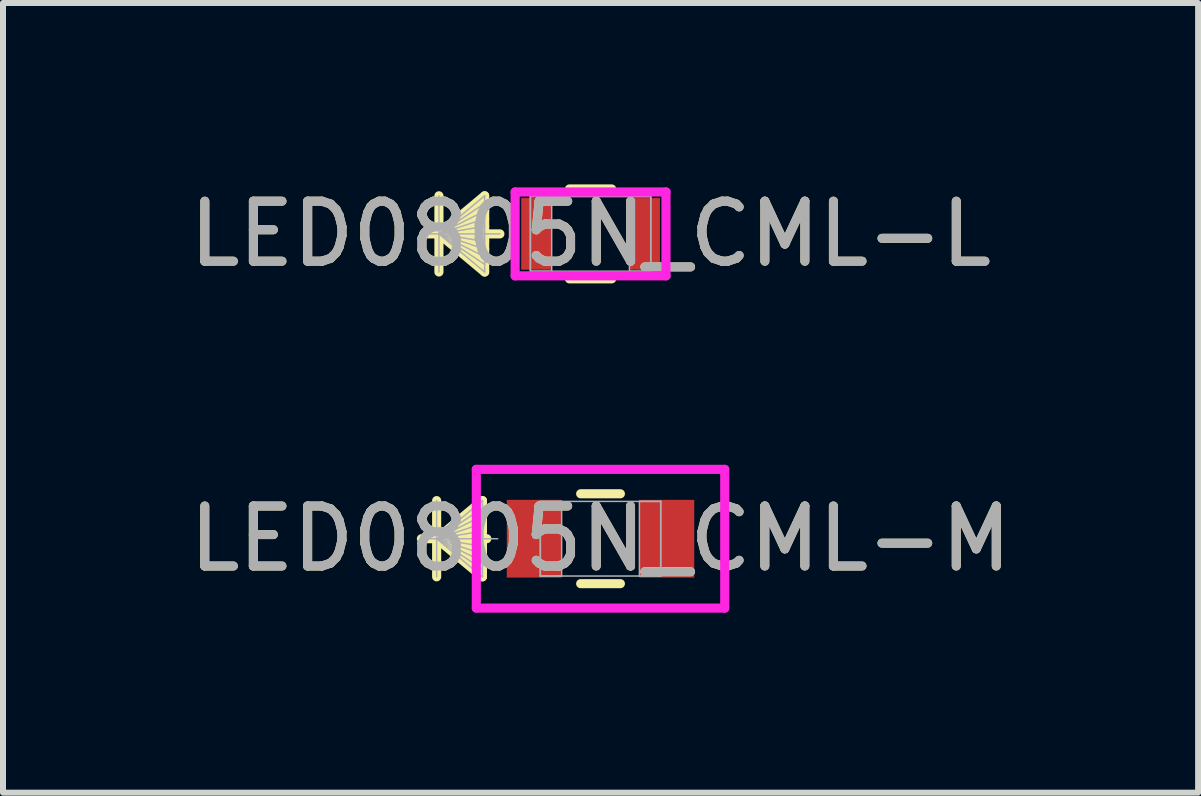
<source format=kicad_pcb>
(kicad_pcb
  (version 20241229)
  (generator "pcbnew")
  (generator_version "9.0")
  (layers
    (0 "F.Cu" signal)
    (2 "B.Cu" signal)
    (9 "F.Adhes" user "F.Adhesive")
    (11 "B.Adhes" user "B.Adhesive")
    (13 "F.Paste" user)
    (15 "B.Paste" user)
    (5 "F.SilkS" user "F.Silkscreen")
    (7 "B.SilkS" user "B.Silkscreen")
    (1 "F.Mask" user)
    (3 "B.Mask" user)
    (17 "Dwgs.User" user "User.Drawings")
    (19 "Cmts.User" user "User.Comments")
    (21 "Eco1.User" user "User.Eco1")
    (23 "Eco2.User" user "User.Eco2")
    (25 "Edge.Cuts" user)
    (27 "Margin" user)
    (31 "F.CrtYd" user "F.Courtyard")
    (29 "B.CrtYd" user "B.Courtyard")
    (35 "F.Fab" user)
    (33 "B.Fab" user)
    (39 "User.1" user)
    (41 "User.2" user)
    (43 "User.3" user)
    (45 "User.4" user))
  (footprint "LED0805N_CML-M"
    (layer "F.Cu")
    (at 6.958 5.928)
    (property "Reference" "LED0805N_CML-M" (at 0 0 0) (unlocked yes) (layer "F.SilkS") (effects (font (size 1 1) (thickness 0.15))))
    (attr smd)
    (fp_line (start -2.731 -0.635) (end -2.731 0.635) (stroke (width 0.152) (type solid)) (layer "F.SilkS"))
    (fp_line (start -2.731 0) (end -1.968 -0.635) (stroke (width 0.152) (type solid)) (layer "F.SilkS"))
    (fp_line (start -2.731 0) (end -1.968 -0.508) (stroke (width 0.152) (type solid)) (layer "F.SilkS"))
    (fp_line (start -2.731 0) (end -1.968 -0.381) (stroke (width 0.152) (type solid)) (layer "F.SilkS"))
    (fp_line (start -2.731 0) (end -1.968 -0.254) (stroke (width 0.152) (type solid)) (layer "F.SilkS"))
    (fp_line (start -2.731 0) (end -1.968 -0.127) (stroke (width 0.152) (type solid)) (layer "F.SilkS"))
    (fp_line (start -2.731 0) (end -1.968 0.127) (stroke (width 0.152) (type solid)) (layer "F.SilkS"))
    (fp_line (start -2.731 0) (end -1.968 0.254) (stroke (width 0.152) (type solid)) (layer "F.SilkS"))
    (fp_line (start -2.731 0) (end -1.968 0.381) (stroke (width 0.152) (type solid)) (layer "F.SilkS"))
    (fp_line (start -2.731 0) (end -1.968 0.508) (stroke (width 0.152) (type solid)) (layer "F.SilkS"))
    (fp_line (start -2.731 0) (end -1.968 0.635) (stroke (width 0.152) (type solid)) (layer "F.SilkS"))
    (fp_line (start -1.968 -0.635) (end -1.968 0.635) (stroke (width 0.152) (type solid)) (layer "F.SilkS"))
    (fp_line (start -1.895 0) (end -2.985 0) (stroke (width 0.152) (type solid)) (layer "F.SilkS"))
    (fp_line (start -0.331 0.749) (end 0.331 0.749) (stroke (width 0.152) (type solid)) (layer "F.SilkS"))
    (fp_line (start 0.331 -0.749) (end -0.331 -0.749) (stroke (width 0.152) (type solid)) (layer "F.SilkS"))
    (fp_line (start -2.07 -1.156) (end 2.07 -1.156) (stroke (width 0.152) (type solid)) (layer "F.CrtYd"))
    (fp_line (start -2.07 1.156) (end -2.07 -1.156) (stroke (width 0.152) (type solid)) (layer "F.CrtYd"))
    (fp_line (start 2.07 -1.156) (end 2.07 1.156) (stroke (width 0.152) (type solid)) (layer "F.CrtYd"))
    (fp_line (start 2.07 1.156) (end -2.07 1.156) (stroke (width 0.152) (type solid)) (layer "F.CrtYd"))
    (fp_line (start -2.731 -0.635) (end -2.731 0.635) (stroke (width 0.025) (type solid)) (layer "F.Fab"))
    (fp_line (start -2.731 0) (end -1.968 -0.635) (stroke (width 0.025) (type solid)) (layer "F.Fab"))
    (fp_line (start -2.731 0) (end -1.968 -0.508) (stroke (width 0.025) (type solid)) (layer "F.Fab"))
    (fp_line (start -2.731 0) (end -1.968 -0.381) (stroke (width 0.025) (type solid)) (layer "F.Fab"))
    (fp_line (start -2.731 0) (end -1.968 -0.254) (stroke (width 0.025) (type solid)) (layer "F.Fab"))
    (fp_line (start -2.731 0) (end -1.968 -0.127) (stroke (width 0.025) (type solid)) (layer "F.Fab"))
    (fp_line (start -2.731 0) (end -1.968 0.127) (stroke (width 0.025) (type solid)) (layer "F.Fab"))
    (fp_line (start -2.731 0) (end -1.968 0.254) (stroke (width 0.025) (type solid)) (layer "F.Fab"))
    (fp_line (start -2.731 0) (end -1.968 0.381) (stroke (width 0.025) (type solid)) (layer "F.Fab"))
    (fp_line (start -2.731 0) (end -1.968 0.508) (stroke (width 0.025) (type solid)) (layer "F.Fab"))
    (fp_line (start -2.731 0) (end -1.968 0.635) (stroke (width 0.025) (type solid)) (layer "F.Fab"))
    (fp_line (start -1.968 -0.635) (end -1.968 0.635) (stroke (width 0.025) (type solid)) (layer "F.Fab"))
    (fp_line (start -1.714 0) (end -2.985 0) (stroke (width 0.025) (type solid)) (layer "F.Fab"))
    (fp_line (start -1.003 -0.622) (end -1.003 0.622) (stroke (width 0.025) (type solid)) (layer "F.Fab"))
    (fp_line (start -1.003 -0.622) (end -1.003 0.622) (stroke (width 0.025) (type solid)) (layer "F.Fab"))
    (fp_line (start -1.003 0.622) (end -0.648 0.622) (stroke (width 0.025) (type solid)) (layer "F.Fab"))
    (fp_line (start -1.003 0.622) (end 1.003 0.622) (stroke (width 0.025) (type solid)) (layer "F.Fab"))
    (fp_line (start -0.648 -0.622) (end -1.003 -0.622) (stroke (width 0.025) (type solid)) (layer "F.Fab"))
    (fp_line (start -0.648 0.622) (end -0.648 -0.622) (stroke (width 0.025) (type solid)) (layer "F.Fab"))
    (fp_line (start 0.648 -0.622) (end 0.648 0.622) (stroke (width 0.025) (type solid)) (layer "F.Fab"))
    (fp_line (start 0.648 0.622) (end 1.003 0.622) (stroke (width 0.025) (type solid)) (layer "F.Fab"))
    (fp_line (start 1.003 -0.622) (end -1.003 -0.622) (stroke (width 0.025) (type solid)) (layer "F.Fab"))
    (fp_line (start 1.003 -0.622) (end 0.648 -0.622) (stroke (width 0.025) (type solid)) (layer "F.Fab"))
    (fp_line (start 1.003 0.622) (end 1.003 -0.622) (stroke (width 0.025) (type solid)) (layer "F.Fab"))
    (fp_line (start 1.003 0.622) (end 1.003 -0.622) (stroke (width 0.025) (type solid)) (layer "F.Fab"))
    (fp_text user "${REFERENCE}" (at 0 0 0) (unlocked yes) (layer "F.Fab") (effects (font (size 1 1) (thickness 0.15))))
    (pad "1" smd rect (at -1.105 0) (size 0.914 1.295) (layers "F.Cu" "F.Mask" "F.Paste"))
    (pad "2" smd rect (at 1.105 0) (size 0.914 1.295) (layers "F.Cu" "F.Mask" "F.Paste"))
    (zone (net_name "") (layer "F.Cu") (hatch full 0.508) (connect_pads) (min_thickness 0.254) (filled_areas_thickness no) (keepout (tracks not_allowed) (vias not_allowed) (pads allowed) (copperpour not_allowed) (footprints allowed)) (placement (enabled no)) (fill) (polygon (pts (xy 6.361 5.357) (xy 7.555 5.357) (xy 7.555 6.5) (xy 6.361 6.5)))))
  (footprint "LED0805N_CML-L"
    (layer "F.Cu")
    (at 6.792 0.848)
    (property "Reference" "LED0805N_CML-L" (at 0 0 0) (unlocked yes) (layer "F.SilkS") (effects (font (size 1 1) (thickness 0.15))))
    (attr smd)
    (fp_line (start -2.527 -0.635) (end -2.527 0.635) (stroke (width 0.152) (type solid)) (layer "F.SilkS"))
    (fp_line (start -2.527 0) (end -1.765 -0.635) (stroke (width 0.152) (type solid)) (layer "F.SilkS"))
    (fp_line (start -2.527 0) (end -1.765 -0.508) (stroke (width 0.152) (type solid)) (layer "F.SilkS"))
    (fp_line (start -2.527 0) (end -1.765 -0.381) (stroke (width 0.152) (type solid)) (layer "F.SilkS"))
    (fp_line (start -2.527 0) (end -1.765 -0.254) (stroke (width 0.152) (type solid)) (layer "F.SilkS"))
    (fp_line (start -2.527 0) (end -1.765 -0.127) (stroke (width 0.152) (type solid)) (layer "F.SilkS"))
    (fp_line (start -2.527 0) (end -1.765 0.127) (stroke (width 0.152) (type solid)) (layer "F.SilkS"))
    (fp_line (start -2.527 0) (end -1.765 0.254) (stroke (width 0.152) (type solid)) (layer "F.SilkS"))
    (fp_line (start -2.527 0) (end -1.765 0.381) (stroke (width 0.152) (type solid)) (layer "F.SilkS"))
    (fp_line (start -2.527 0) (end -1.765 0.508) (stroke (width 0.152) (type solid)) (layer "F.SilkS"))
    (fp_line (start -2.527 0) (end -1.765 0.635) (stroke (width 0.152) (type solid)) (layer "F.SilkS"))
    (fp_line (start -1.765 -0.635) (end -1.765 0.635) (stroke (width 0.152) (type solid)) (layer "F.SilkS"))
    (fp_line (start -1.511 0) (end -2.781 0) (stroke (width 0.152) (type solid)) (layer "F.SilkS"))
    (fp_line (start -0.352 0.749) (end 0.352 0.749) (stroke (width 0.152) (type solid)) (layer "F.SilkS"))
    (fp_line (start 0.352 -0.749) (end -0.352 -0.749) (stroke (width 0.152) (type solid)) (layer "F.SilkS"))
    (fp_line (start -1.257 -0.699) (end 1.257 -0.699) (stroke (width 0.152) (type solid)) (layer "F.CrtYd"))
    (fp_line (start -1.257 0.699) (end -1.257 -0.699) (stroke (width 0.152) (type solid)) (layer "F.CrtYd"))
    (fp_line (start 1.257 -0.699) (end 1.257 0.699) (stroke (width 0.152) (type solid)) (layer "F.CrtYd"))
    (fp_line (start 1.257 0.699) (end -1.257 0.699) (stroke (width 0.152) (type solid)) (layer "F.CrtYd"))
    (fp_line (start -2.527 -0.635) (end -2.527 0.635) (stroke (width 0.025) (type solid)) (layer "F.Fab"))
    (fp_line (start -2.527 0) (end -1.765 -0.635) (stroke (width 0.025) (type solid)) (layer "F.Fab"))
    (fp_line (start -2.527 0) (end -1.765 -0.508) (stroke (width 0.025) (type solid)) (layer "F.Fab"))
    (fp_line (start -2.527 0) (end -1.765 -0.381) (stroke (width 0.025) (type solid)) (layer "F.Fab"))
    (fp_line (start -2.527 0) (end -1.765 -0.254) (stroke (width 0.025) (type solid)) (layer "F.Fab"))
    (fp_line (start -2.527 0) (end -1.765 -0.127) (stroke (width 0.025) (type solid)) (layer "F.Fab"))
    (fp_line (start -2.527 0) (end -1.765 0.127) (stroke (width 0.025) (type solid)) (layer "F.Fab"))
    (fp_line (start -2.527 0) (end -1.765 0.254) (stroke (width 0.025) (type solid)) (layer "F.Fab"))
    (fp_line (start -2.527 0) (end -1.765 0.381) (stroke (width 0.025) (type solid)) (layer "F.Fab"))
    (fp_line (start -2.527 0) (end -1.765 0.508) (stroke (width 0.025) (type solid)) (layer "F.Fab"))
    (fp_line (start -2.527 0) (end -1.765 0.635) (stroke (width 0.025) (type solid)) (layer "F.Fab"))
    (fp_line (start -1.765 -0.635) (end -1.765 0.635) (stroke (width 0.025) (type solid)) (layer "F.Fab"))
    (fp_line (start -1.511 0) (end -2.781 0) (stroke (width 0.025) (type solid)) (layer "F.Fab"))
    (fp_line (start -1.003 -0.622) (end -1.003 0.622) (stroke (width 0.025) (type solid)) (layer "F.Fab"))
    (fp_line (start -1.003 -0.622) (end -1.003 0.622) (stroke (width 0.025) (type solid)) (layer "F.Fab"))
    (fp_line (start -1.003 0.622) (end -0.648 0.622) (stroke (width 0.025) (type solid)) (layer "F.Fab"))
    (fp_line (start -1.003 0.622) (end 1.003 0.622) (stroke (width 0.025) (type solid)) (layer "F.Fab"))
    (fp_line (start -0.648 -0.622) (end -1.003 -0.622) (stroke (width 0.025) (type solid)) (layer "F.Fab"))
    (fp_line (start -0.648 0.622) (end -0.648 -0.622) (stroke (width 0.025) (type solid)) (layer "F.Fab"))
    (fp_line (start 0.648 -0.622) (end 0.648 0.622) (stroke (width 0.025) (type solid)) (layer "F.Fab"))
    (fp_line (start 0.648 0.622) (end 1.003 0.622) (stroke (width 0.025) (type solid)) (layer "F.Fab"))
    (fp_line (start 1.003 -0.622) (end -1.003 -0.622) (stroke (width 0.025) (type solid)) (layer "F.Fab"))
    (fp_line (start 1.003 -0.622) (end 0.648 -0.622) (stroke (width 0.025) (type solid)) (layer "F.Fab"))
    (fp_line (start 1.003 0.622) (end 1.003 -0.622) (stroke (width 0.025) (type solid)) (layer "F.Fab"))
    (fp_line (start 1.003 0.622) (end 1.003 -0.622) (stroke (width 0.025) (type solid)) (layer "F.Fab"))
    (fp_text user "${REFERENCE}" (at 0 0 0) (unlocked yes) (layer "F.Fab") (effects (font (size 1 1) (thickness 0.15))))
    (pad "1" smd rect (at -0.902 0) (size 0.508 1.194) (layers "F.Cu" "F.Mask" "F.Paste"))
    (pad "2" smd rect (at 0.902 0) (size 0.508 1.194) (layers "F.Cu" "F.Mask" "F.Paste"))
    (zone (net_name "") (layer "F.Cu") (hatch full 0.508) (connect_pads) (min_thickness 0.254) (filled_areas_thickness no) (keepout (tracks not_allowed) (vias not_allowed) (pads allowed) (copperpour not_allowed) (footprints allowed)) (placement (enabled no)) (fill) (polygon (pts (xy 6.195 0.277) (xy 7.389 0.277) (xy 7.389 1.42) (xy 6.195 1.42)))))
  (gr_rect
    (start -3 -3)
    (end 16.917 10.16)
    (stroke (width 0.1) (type default))
    (fill no)
    (layer "Edge.Cuts")))
</source>
